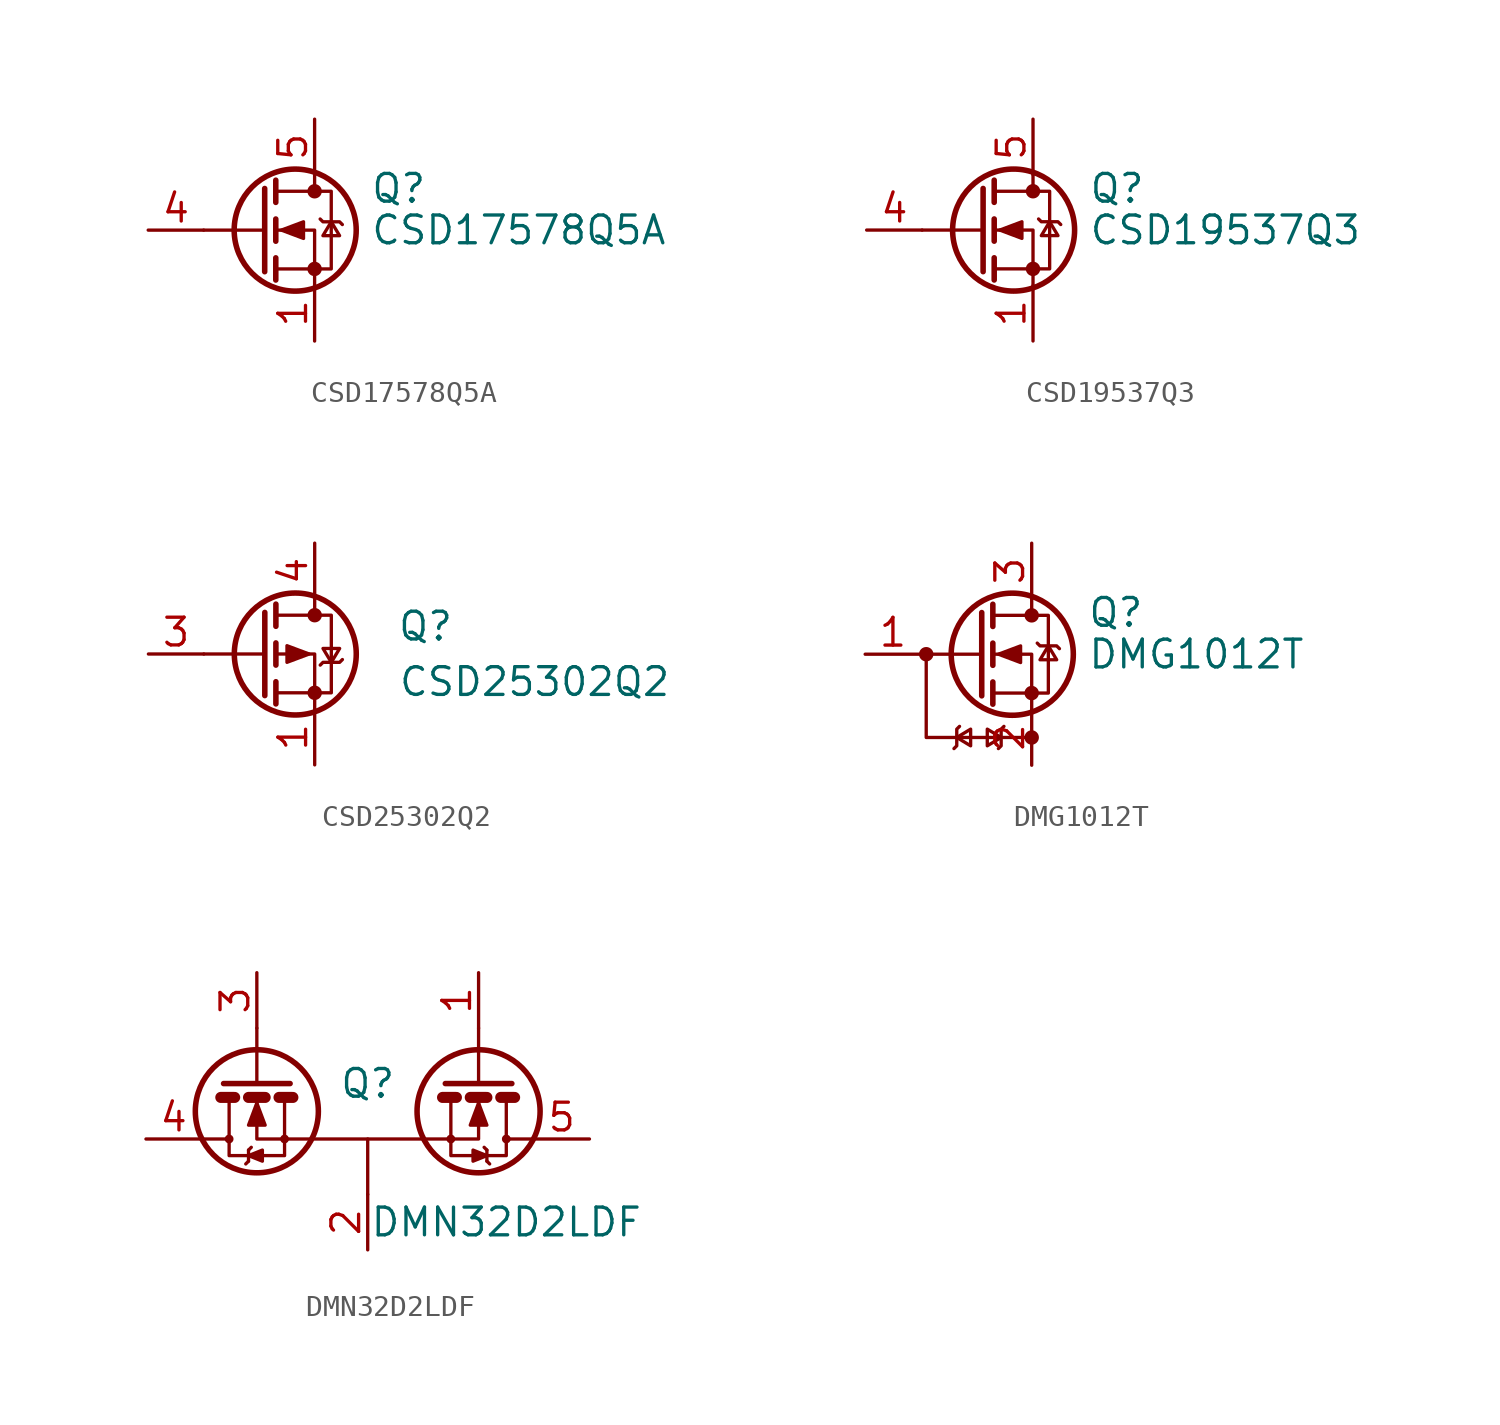
<source format=kicad_sym>
(kicad_symbol_lib
  (version 20220914)
  (generator kicad_symbol_editor)
  (symbol "CSD17578Q5A"
    (pin_names hide)
    (property "Reference" "Q"
      (at 5.08 1.905 0)
      (effects (font (size 1.27 1.27)) (justify left)))
    (property "Value" "CSD17578Q5A"
      (at 5.08 0 0)
      (effects (font (size 1.27 1.27)) (justify left)))
    (symbol "CSD17578Q5A_0_1"
      (polyline (pts (xy 0.254 0) (xy -2.54 0)) (stroke (width 0) (type default)) (fill (type none)))
      (polyline (pts (xy 0.254 1.905) (xy 0.254 -1.905)) (stroke (width 0.254) (type default)) (fill (type none)))
      (polyline (pts (xy 0.762 -1.27) (xy 0.762 -2.286)) (stroke (width 0.254) (type default)) (fill (type none)))
      (polyline (pts (xy 0.762 0.508) (xy 0.762 -0.508)) (stroke (width 0.254) (type default)) (fill (type none)))
      (polyline (pts (xy 0.762 2.286) (xy 0.762 1.27)) (stroke (width 0.254) (type default)) (fill (type none)))
      (polyline (pts (xy 2.54 2.54) (xy 2.54 1.778)) (stroke (width 0) (type default)) (fill (type none)))
      (polyline (pts (xy 2.54 -2.54) (xy 2.54 0) (xy 0.762 0)) (stroke (width 0) (type default)) (fill (type none)))
      (polyline (pts (xy 0.762 -1.778) (xy 3.302 -1.778) (xy 3.302 1.778) (xy 0.762 1.778)) (stroke (width 0) (type default)) (fill (type none)))
      (polyline (pts (xy 1.016 0) (xy 2.032 0.381) (xy 2.032 -0.381) (xy 1.016 0)) (stroke (width 0) (type default)) (fill (type outline)))
      (polyline (pts (xy 2.794 0.508) (xy 2.921 0.381) (xy 3.683 0.381) (xy 3.81 0.254)) (stroke (width 0) (type default)) (fill (type none)))
      (polyline (pts (xy 3.302 0.381) (xy 2.921 -0.254) (xy 3.683 -0.254) (xy 3.302 0.381)) (stroke (width 0) (type default)) (fill (type none)))
      (circle (center 1.651 0) (radius 2.794) (stroke (width 0.254) (type default)) (fill (type none)))
      (circle (center 2.54 -1.778) (radius 0.254) (stroke (width 0) (type default)) (fill (type outline)))
      (circle (center 2.54 1.778) (radius 0.254) (stroke (width 0) (type default)) (fill (type outline))))
    (symbol "CSD17578Q5A_1_1"
      (pin passive line (at 2.54 -5.08 90) (length 2.54) (name "S" (effects (font (size 1.27 1.27)))) (number "1" (effects (font (size 1.27 1.27)))))
      (pin passive line (at 2.54 -5.08 90) (length 2.54) hide (name "S" (effects (font (size 1.27 1.27)))) (number "2" (effects (font (size 1.27 1.27)))))
      (pin passive line (at 2.54 -5.08 90) (length 2.54) hide (name "S" (effects (font (size 1.27 1.27)))) (number "3" (effects (font (size 1.27 1.27)))))
      (pin passive line (at -5.08 0 0) (length 2.54) (name "G" (effects (font (size 1.27 1.27)))) (number "4" (effects (font (size 1.27 1.27)))))
      (pin passive line (at 2.54 5.08 270) (length 2.54) (name "D" (effects (font (size 1.27 1.27)))) (number "5" (effects (font (size 1.27 1.27)))))))
  (symbol "CSD19537Q3"
    (pin_names hide)
    (property "Reference" "Q"
      (at 5.08 1.905 0)
      (effects (font (size 1.27 1.27)) (justify left)))
    (property "Value" "CSD19537Q3"
      (at 5.08 0 0)
      (effects (font (size 1.27 1.27)) (justify left)))
    (symbol "CSD19537Q3_0_1"
      (polyline (pts (xy 0.254 0) (xy -2.54 0)) (stroke (width 0) (type default)) (fill (type none)))
      (polyline (pts (xy 0.254 1.905) (xy 0.254 -1.905)) (stroke (width 0.254) (type default)) (fill (type none)))
      (polyline (pts (xy 0.762 -1.27) (xy 0.762 -2.286)) (stroke (width 0.254) (type default)) (fill (type none)))
      (polyline (pts (xy 0.762 0.508) (xy 0.762 -0.508)) (stroke (width 0.254) (type default)) (fill (type none)))
      (polyline (pts (xy 0.762 2.286) (xy 0.762 1.27)) (stroke (width 0.254) (type default)) (fill (type none)))
      (polyline (pts (xy 2.54 2.54) (xy 2.54 1.778)) (stroke (width 0) (type default)) (fill (type none)))
      (polyline (pts (xy 2.54 -2.54) (xy 2.54 0) (xy 0.762 0)) (stroke (width 0) (type default)) (fill (type none)))
      (polyline (pts (xy 0.762 -1.778) (xy 3.302 -1.778) (xy 3.302 1.778) (xy 0.762 1.778)) (stroke (width 0) (type default)) (fill (type none)))
      (polyline (pts (xy 1.016 0) (xy 2.032 0.381) (xy 2.032 -0.381) (xy 1.016 0)) (stroke (width 0) (type default)) (fill (type outline)))
      (polyline (pts (xy 2.794 0.508) (xy 2.921 0.381) (xy 3.683 0.381) (xy 3.81 0.254)) (stroke (width 0) (type default)) (fill (type none)))
      (polyline (pts (xy 3.302 0.381) (xy 2.921 -0.254) (xy 3.683 -0.254) (xy 3.302 0.381)) (stroke (width 0) (type default)) (fill (type none)))
      (circle (center 1.651 0) (radius 2.794) (stroke (width 0.254) (type default)) (fill (type none)))
      (circle (center 2.54 -1.778) (radius 0.254) (stroke (width 0) (type default)) (fill (type outline)))
      (circle (center 2.54 1.778) (radius 0.254) (stroke (width 0) (type default)) (fill (type outline))))
    (symbol "CSD19537Q3_1_1"
      (pin passive line (at 2.54 -5.08 90) (length 2.54) (name "S" (effects (font (size 1.27 1.27)))) (number "1" (effects (font (size 1.27 1.27)))))
      (pin passive line (at 2.54 -5.08 90) (length 2.54) hide (name "S" (effects (font (size 1.27 1.27)))) (number "2" (effects (font (size 1.27 1.27)))))
      (pin passive line (at 2.54 -5.08 90) (length 2.54) hide (name "S" (effects (font (size 1.27 1.27)))) (number "3" (effects (font (size 1.27 1.27)))))
      (pin passive line (at -5.08 0 0) (length 2.54) (name "G" (effects (font (size 1.27 1.27)))) (number "4" (effects (font (size 1.27 1.27)))))
      (pin passive line (at 2.54 5.08 270) (length 2.54) (name "D" (effects (font (size 1.27 1.27)))) (number "5" (effects (font (size 1.27 1.27)))))))
  (symbol "CSD25302Q2"
    (pin_names hide)
    (property "Reference" "Q"
      (at 5.08 1.27 0)
      (effects (font (size 1.27 1.27))))
    (property "Value" "CSD25302Q2"
      (at 3.81 -1.27 0)
      (effects (font (size 1.27 1.27)) (justify left)))
    (symbol "CSD25302Q2_0_1"
      (circle (center -0.889 0) (radius 2.794) (stroke (width 0.254) (type default)) (fill (type none)))
      (circle (center 0 -1.778) (radius 0.254) (stroke (width 0) (type default)) (fill (type outline)))
      (polyline (pts (xy -2.286 0) (xy -5.08 0)) (stroke (width 0) (type default)) (fill (type none)))
      (polyline (pts (xy -2.286 1.905) (xy -2.286 -1.905)) (stroke (width 0.254) (type default)) (fill (type none)))
      (polyline (pts (xy -1.778 -1.27) (xy -1.778 -2.286)) (stroke (width 0.254) (type default)) (fill (type none)))
      (polyline (pts (xy -1.778 0.508) (xy -1.778 -0.508)) (stroke (width 0.254) (type default)) (fill (type none)))
      (polyline (pts (xy -1.778 2.286) (xy -1.778 1.27)) (stroke (width 0.254) (type default)) (fill (type none)))
      (polyline (pts (xy 0 2.54) (xy 0 1.778)) (stroke (width 0) (type default)) (fill (type none)))
      (polyline (pts (xy 0 -2.54) (xy 0 0) (xy -1.778 0)) (stroke (width 0) (type default)) (fill (type none)))
      (polyline (pts (xy -1.778 1.778) (xy 0.762 1.778) (xy 0.762 -1.778) (xy -1.778 -1.778)) (stroke (width 0) (type default)) (fill (type none)))
      (polyline (pts (xy -0.254 0) (xy -1.27 0.381) (xy -1.27 -0.381) (xy -0.254 0)) (stroke (width 0) (type default)) (fill (type outline)))
      (polyline (pts (xy 0.254 -0.508) (xy 0.381 -0.381) (xy 1.143 -0.381) (xy 1.27 -0.254)) (stroke (width 0) (type default)) (fill (type none)))
      (polyline (pts (xy 0.762 -0.381) (xy 0.381 0.254) (xy 1.143 0.254) (xy 0.762 -0.381)) (stroke (width 0) (type default)) (fill (type none)))
      (circle (center 0 1.778) (radius 0.254) (stroke (width 0) (type default)) (fill (type outline))))
    (symbol "CSD25302Q2_1_1"
      (pin passive line (at 0 -5.08 90) (length 2.54) (name "S" (effects (font (size 1.27 1.27)))) (number "1" (effects (font (size 1.27 1.27)))))
      (pin passive line (at 0 -5.08 90) (length 2.54) hide (name "S" (effects (font (size 1.27 1.27)))) (number "2" (effects (font (size 1.27 1.27)))))
      (pin passive line (at -7.62 0 0) (length 2.54) (name "G" (effects (font (size 1.27 1.27)))) (number "3" (effects (font (size 1.27 1.27)))))
      (pin passive line (at 0 5.08 270) (length 2.54) (name "D" (effects (font (size 1.27 1.27)))) (number "4" (effects (font (size 1.27 1.27)))))
      (pin passive line (at 0 -5.08 90) (length 2.54) hide (name "S" (effects (font (size 1.27 1.27)))) (number "5" (effects (font (size 1.27 1.27)))))
      (pin passive line (at 0 -5.08 90) (length 2.54) hide (name "S" (effects (font (size 1.27 1.27)))) (number "6" (effects (font (size 1.27 1.27)))))
      (pin passive line (at 0 5.08 270) (length 2.54) hide (name "D" (effects (font (size 1.27 1.27)))) (number "7" (effects (font (size 1.27 1.27)))))
      (pin passive line (at 0 -5.08 90) (length 2.54) hide (name "S" (effects (font (size 1.27 1.27)))) (number "8" (effects (font (size 1.27 1.27)))))))
  (symbol "DMG1012T"
    (pin_names
      (offset 0) hide)
    (property "Reference" "Q"
      (at 5.08 1.905 0)
      (effects (font (size 1.27 1.27)) (justify left)))
    (property "Value" "DMG1012T"
      (at 5.08 0 0)
      (effects (font (size 1.27 1.27)) (justify left)))
    (symbol "DMG1012T_0_1"
      (polyline (pts (xy 2.54 -3.81) (xy -2.286 -3.81) (xy -2.286 0)) (stroke (width 0) (type default)) (fill (type none))))
    (symbol "DMG1012T_1_1"
      (circle (center -2.286 0) (radius 0.254) (stroke (width 0) (type default)) (fill (type outline)))
      (polyline (pts (xy 0.254 0) (xy -2.54 0)) (stroke (width 0) (type default)) (fill (type none)))
      (polyline (pts (xy 0.254 1.905) (xy 0.254 -1.905)) (stroke (width 0.254) (type default)) (fill (type none)))
      (polyline (pts (xy 0.762 -1.27) (xy 0.762 -2.286)) (stroke (width 0.254) (type default)) (fill (type none)))
      (polyline (pts (xy 0.762 0.508) (xy 0.762 -0.508)) (stroke (width 0.254) (type default)) (fill (type none)))
      (polyline (pts (xy 0.762 2.286) (xy 0.762 1.27)) (stroke (width 0.254) (type default)) (fill (type none)))
      (polyline (pts (xy 2.54 2.54) (xy 2.54 1.778)) (stroke (width 0) (type default)) (fill (type none)))
      (polyline (pts (xy 2.54 -2.54) (xy 2.54 0) (xy 0.762 0)) (stroke (width 0) (type default)) (fill (type none)))
      (polyline (pts (xy -1.016 -4.318) (xy -0.889 -4.191) (xy -0.889 -3.429) (xy -0.762 -3.302)) (stroke (width 0) (type default)) (fill (type none)))
      (polyline (pts (xy -0.889 -3.81) (xy -0.254 -4.191) (xy -0.254 -3.429) (xy -0.889 -3.81)) (stroke (width 0) (type default)) (fill (type none)))
      (polyline (pts (xy 0.762 -1.778) (xy 3.302 -1.778) (xy 3.302 1.778) (xy 0.762 1.778)) (stroke (width 0) (type default)) (fill (type none)))
      (polyline (pts (xy 1.016 0) (xy 2.032 0.381) (xy 2.032 -0.381) (xy 1.016 0)) (stroke (width 0) (type default)) (fill (type outline)))
      (polyline (pts (xy 1.143 -3.81) (xy 0.508 -3.429) (xy 0.508 -4.191) (xy 1.143 -3.81)) (stroke (width 0) (type default)) (fill (type none)))
      (polyline (pts (xy 1.27 -3.302) (xy 1.143 -3.429) (xy 1.143 -4.191) (xy 1.016 -4.318)) (stroke (width 0) (type default)) (fill (type none)))
      (polyline (pts (xy 2.794 0.508) (xy 2.921 0.381) (xy 3.683 0.381) (xy 3.81 0.254)) (stroke (width 0) (type default)) (fill (type none)))
      (polyline (pts (xy 3.302 0.381) (xy 2.921 -0.254) (xy 3.683 -0.254) (xy 3.302 0.381)) (stroke (width 0) (type default)) (fill (type none)))
      (circle (center 1.651 0) (radius 2.794) (stroke (width 0.254) (type default)) (fill (type none)))
      (circle (center 2.54 -3.81) (radius 0.254) (stroke (width 0) (type default)) (fill (type outline)))
      (circle (center 2.54 -1.778) (radius 0.254) (stroke (width 0) (type default)) (fill (type outline)))
      (circle (center 2.54 1.778) (radius 0.254) (stroke (width 0) (type default)) (fill (type outline)))
      (pin input line (at -5.08 0 0) (length 2.54) (name "G" (effects (font (size 1.27 1.27)))) (number "1" (effects (font (size 1.27 1.27)))))
      (pin passive line (at 2.54 -5.08 90) (length 2.54) (name "S" (effects (font (size 1.27 1.27)))) (number "2" (effects (font (size 1.27 1.27)))))
      (pin passive line (at 2.54 5.08 270) (length 2.54) (name "D" (effects (font (size 1.27 1.27)))) (number "3" (effects (font (size 1.27 1.27)))))))
  (symbol "DMN32D2LDF"
    (pin_names hide)
    (property "Reference" "Q"
      (at 0 2.54 0)
      (effects (font (size 1.27 1.27))))
    (property "Value" "DMN32D2LDF"
      (at 6.35 -3.81 0)
      (effects (font (size 1.27 1.27))))
    (symbol "DMN32D2LDF_0_1"
      (polyline (pts (xy -2.54 0) (xy 2.54 0)) (stroke (width 0) (type default)) (fill (type none)))
      (polyline (pts (xy 0 -2.54) (xy 0 0)) (stroke (width 0) (type default)) (fill (type none))))
    (symbol "DMN32D2LDF_1_1"
      (circle (center -6.35 0) (radius 0.127) (stroke (width 0) (type default)) (fill (type none)))
      (circle (center -5.08 1.27) (radius 2.819) (stroke (width 0.254) (type default)) (fill (type none)))
      (circle (center -3.81 0) (radius 0.127) (stroke (width 0) (type default)) (fill (type none)))
      (polyline (pts (xy -6.731 1.905) (xy -6.096 1.905)) (stroke (width 0.508) (type default)) (fill (type none)))
      (polyline (pts (xy -5.461 -1.016) (xy -5.588 -1.143)) (stroke (width 0) (type default)) (fill (type none)))
      (polyline (pts (xy -5.461 -0.508) (xy -5.461 -1.016)) (stroke (width 0) (type default)) (fill (type none)))
      (polyline (pts (xy -5.461 -0.508) (xy -5.334 -0.381)) (stroke (width 0) (type default)) (fill (type none)))
      (polyline (pts (xy -5.461 1.905) (xy -4.699 1.905)) (stroke (width 0.508) (type default)) (fill (type none)))
      (polyline (pts (xy -5.08 2.54) (xy -5.08 5.08)) (stroke (width 0) (type default)) (fill (type none)))
      (polyline (pts (xy -4.064 1.905) (xy -3.429 1.905)) (stroke (width 0.508) (type default)) (fill (type none)))
      (polyline (pts (xy 4.064 1.905) (xy 3.429 1.905)) (stroke (width 0.508) (type default)) (fill (type none)))
      (polyline (pts (xy 5.08 2.54) (xy 5.08 5.08)) (stroke (width 0) (type default)) (fill (type none)))
      (polyline (pts (xy 5.461 -1.016) (xy 5.588 -1.143)) (stroke (width 0) (type default)) (fill (type none)))
      (polyline (pts (xy 5.461 -0.508) (xy 5.334 -0.381)) (stroke (width 0) (type default)) (fill (type none)))
      (polyline (pts (xy 5.461 -0.508) (xy 5.461 -1.016)) (stroke (width 0) (type default)) (fill (type none)))
      (polyline (pts (xy 5.461 1.905) (xy 4.699 1.905)) (stroke (width 0.508) (type default)) (fill (type none)))
      (polyline (pts (xy 6.731 1.905) (xy 6.096 1.905)) (stroke (width 0.508) (type default)) (fill (type none)))
      (polyline (pts (xy -6.604 2.54) (xy -3.556 2.54) (xy -3.556 2.54)) (stroke (width 0.254) (type default)) (fill (type none)))
      (polyline (pts (xy 6.604 2.54) (xy 3.556 2.54) (xy 3.556 2.54)) (stroke (width 0.254) (type default)) (fill (type none)))
      (polyline (pts (xy -6.35 0) (xy -6.35 -0.762) (xy -3.81 -0.762) (xy -3.81 0)) (stroke (width 0) (type default)) (fill (type none)))
      (polyline (pts (xy -6.35 1.778) (xy -6.35 0) (xy -7.62 0) (xy -7.62 0)) (stroke (width 0) (type default)) (fill (type none)))
      (polyline (pts (xy -5.461 -0.762) (xy -4.826 -0.508) (xy -4.826 -1.016) (xy -5.461 -0.762)) (stroke (width 0) (type default)) (fill (type outline)))
      (polyline (pts (xy -3.81 1.778) (xy -3.81 0) (xy -2.54 0) (xy -2.54 0)) (stroke (width 0) (type default)) (fill (type none)))
      (polyline (pts (xy 3.81 1.778) (xy 3.81 0) (xy 2.54 0) (xy 2.54 0)) (stroke (width 0) (type default)) (fill (type none)))
      (polyline (pts (xy 5.461 -0.762) (xy 4.826 -0.508) (xy 4.826 -1.016) (xy 5.461 -0.762)) (stroke (width 0) (type default)) (fill (type outline)))
      (polyline (pts (xy 6.35 0) (xy 6.35 -0.762) (xy 3.81 -0.762) (xy 3.81 0)) (stroke (width 0) (type default)) (fill (type none)))
      (polyline (pts (xy 6.35 1.778) (xy 6.35 0) (xy 7.62 0) (xy 7.62 0)) (stroke (width 0) (type default)) (fill (type none)))
      (polyline (pts (xy -5.08 1.778) (xy -5.08 1.27) (xy -5.08 0) (xy -3.81 0) (xy -3.81 0)) (stroke (width 0) (type default)) (fill (type none)))
      (polyline (pts (xy 5.08 1.778) (xy 5.08 1.27) (xy 5.08 0) (xy 3.81 0) (xy 3.81 0)) (stroke (width 0) (type default)) (fill (type none)))
      (polyline (pts (xy -5.08 1.651) (xy -5.461 0.635) (xy -4.699 0.635) (xy -5.08 1.651) (xy -5.08 1.524) (xy -5.08 1.524)) (stroke (width 0) (type default)) (fill (type outline)))
      (polyline (pts (xy 5.08 1.651) (xy 5.461 0.635) (xy 4.699 0.635) (xy 5.08 1.651) (xy 5.08 1.524) (xy 5.08 1.524)) (stroke (width 0) (type default)) (fill (type outline)))
      (circle (center 3.81 0) (radius 0.127) (stroke (width 0) (type default)) (fill (type none)))
      (circle (center 5.08 1.27) (radius 2.819) (stroke (width 0.254) (type default)) (fill (type none)))
      (circle (center 6.35 0) (radius 0.127) (stroke (width 0) (type default)) (fill (type none)))
      (pin input line (at 5.08 7.62 270) (length 2.54) (name "G1" (effects (font (size 1.27 1.27)))) (number "1" (effects (font (size 1.27 1.27)))))
      (pin passive line (at 0 -5.08 90) (length 2.54) (name "S" (effects (font (size 1.27 1.27)))) (number "2" (effects (font (size 1.27 1.27)))))
      (pin input line (at -5.08 7.62 270) (length 2.54) (name "G2" (effects (font (size 1.27 1.27)))) (number "3" (effects (font (size 1.27 1.27)))))
      (pin passive line (at -10.16 0 0) (length 2.54) (name "D2" (effects (font (size 1.27 1.27)))) (number "4" (effects (font (size 1.27 1.27)))))
      (pin passive line (at 10.16 0 180) (length 2.54) (name "D1" (effects (font (size 1.27 1.27)))) (number "5" (effects (font (size 1.27 1.27))))))))
</source>
